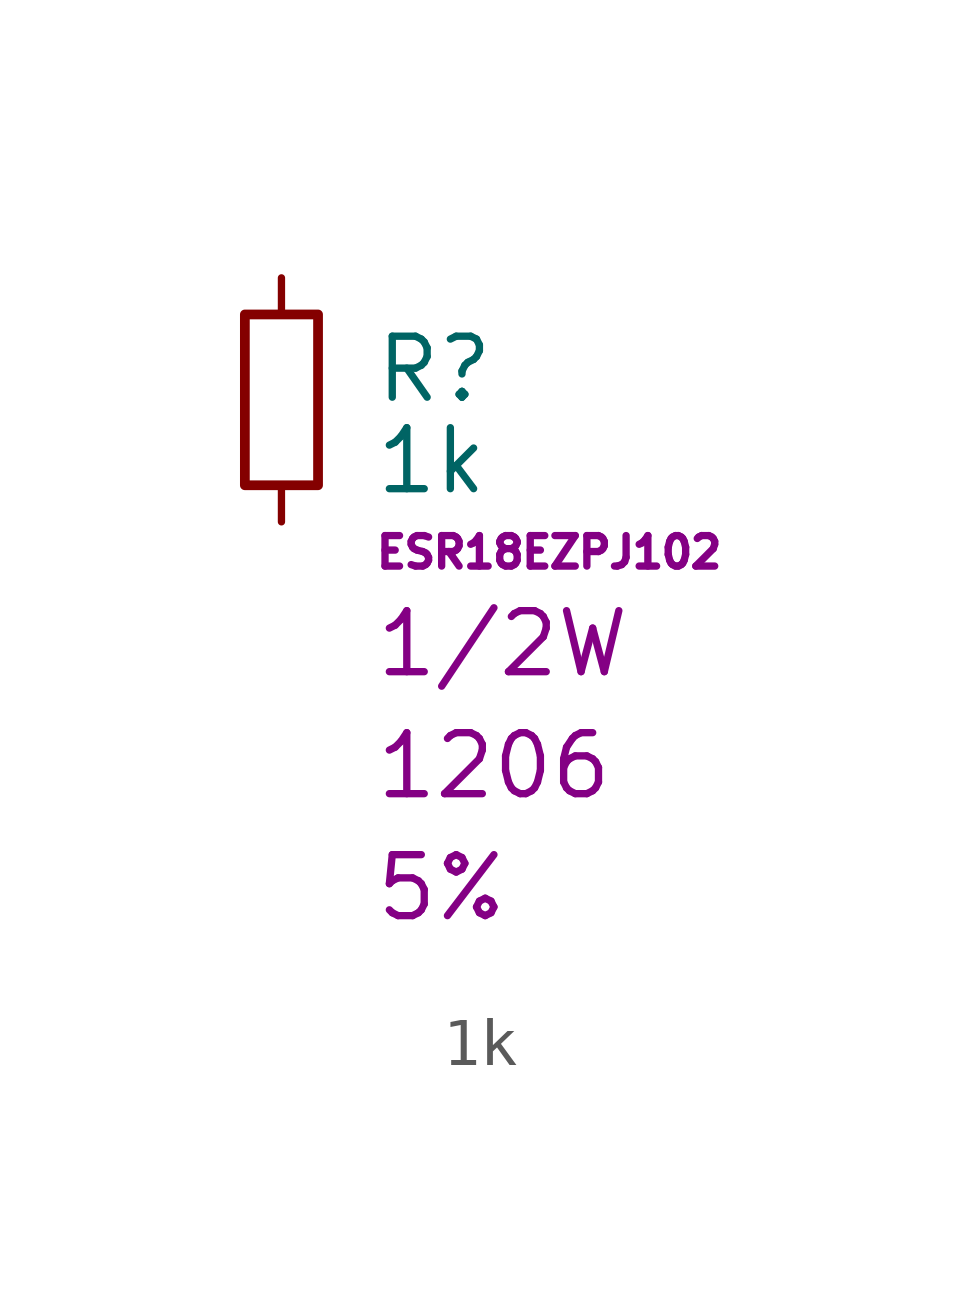
<source format=kicad_sym>
(kicad_symbol_lib
  (version 20220914)
  (generator kicad_symbol_editor)
  (symbol "1k"
    (pin_numbers hide)
    (pin_names hide)
    (property "Reference" "R"
      (at 1.905 -1.905 0)
      (effects (font (size 1.27 1.27)) (justify left)))
    (property "Value" "1k"
      (at 1.905 -3.81 0)
      (effects (font (size 1.27 1.27)) (justify left)))
    (property "Mfr PN" "ESR18EZPJ102"
      (at 1.905 -5.715 0)
      (effects (font (size 0.635 0.635)) (justify left)))
    (property "Power" "1/2W"
      (at 1.905 -7.62 0)
      (effects (font (size 1.27 1.27)) (justify left)))
    (property "Package" "1206"
      (at 1.905 -10.16 0)
      (effects (font (size 1.27 1.27)) (justify left)))
    (property "Tolerance" "5%"
      (at 1.905 -12.7 0)
      (effects (font (size 1.27 1.27)) (justify left)))
    (symbol "1k_0_1"
      (rectangle (start -0.762 -0.762) (end 0.762 -4.318) (stroke (width 0.203) (type default)) (fill (type none))))
    (symbol "1k_1_1"
      (pin passive line (at 0 0 270) (length 0.762) (name "~" (effects (font (size 1.27 1.27)))) (number "1" (effects (font (size 1.27 1.27)))))
      (pin passive line (at 0 -5.08 90) (length 0.762) (name "~" (effects (font (size 1.27 1.27)))) (number "2" (effects (font (size 1.27 1.27))))))))
</source>
